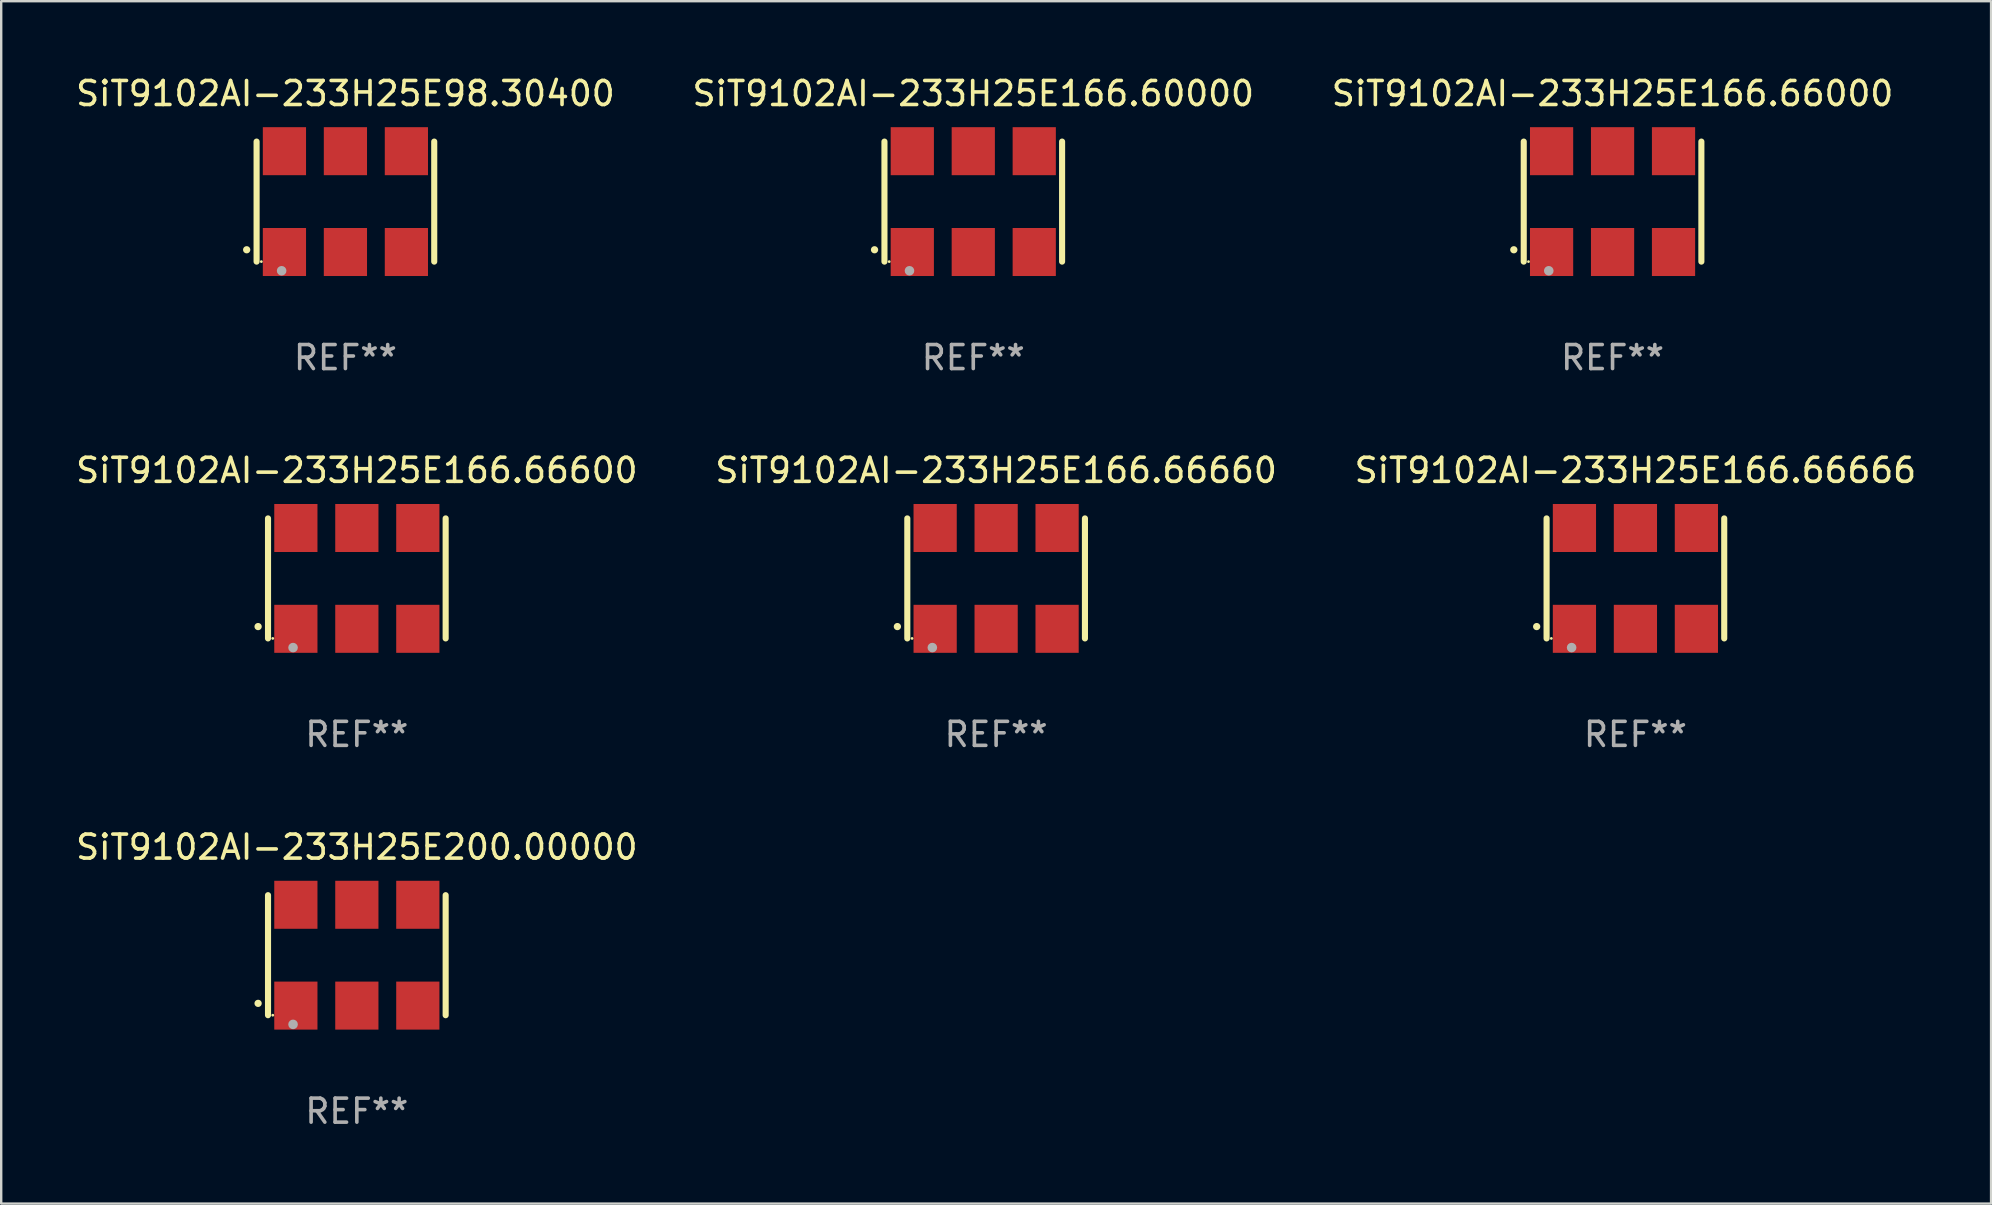
<source format=kicad_pcb>
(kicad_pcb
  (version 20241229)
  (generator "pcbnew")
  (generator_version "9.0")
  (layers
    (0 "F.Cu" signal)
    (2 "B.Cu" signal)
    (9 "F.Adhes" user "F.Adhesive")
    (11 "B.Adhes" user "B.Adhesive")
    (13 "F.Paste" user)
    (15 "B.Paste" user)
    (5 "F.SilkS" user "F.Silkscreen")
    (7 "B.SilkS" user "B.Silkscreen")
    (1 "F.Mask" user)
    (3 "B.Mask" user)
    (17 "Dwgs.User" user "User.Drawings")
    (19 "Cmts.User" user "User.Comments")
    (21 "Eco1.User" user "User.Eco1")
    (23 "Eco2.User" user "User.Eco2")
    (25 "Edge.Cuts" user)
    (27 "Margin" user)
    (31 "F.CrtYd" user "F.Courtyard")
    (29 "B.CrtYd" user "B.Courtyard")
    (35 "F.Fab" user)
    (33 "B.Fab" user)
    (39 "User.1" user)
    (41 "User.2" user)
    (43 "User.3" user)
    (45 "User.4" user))
  (footprint "SiT9102AI-233H25E98.30400"
    (layer "F.Cu")
    (at 11.339 5.348)
    (property "Reference" "SiT9102AI-233H25E98.30400" (at 0 -4.5 0) (layer "F.SilkS") (effects (font (size 1 1) (thickness 0.15))))
    (attr through_hole)
    (fp_line (start -3.7 -2.5) (end -3.7 2.5) (stroke (width 0.254) (type solid)) (layer "F.SilkS"))
    (fp_line (start 3.7 -2.5) (end 3.7 2.5) (stroke (width 0.254) (type solid)) (layer "F.SilkS"))
    (fp_arc (start -4.114415 2.006604) (mid -4.113145 2.006599) (end -4.111875 2.006604) (stroke (width 0.3) (type solid)) (layer "F.SilkS"))
    (fp_circle (center -3.502 2.5) (end -3.472 2.5) (stroke (width 0.06) (type solid)) (fill no) (layer "F.SilkS"))
    (fp_circle (center -2.657 2.882) (end -2.557 2.882) (stroke (width 0.2) (type solid)) (fill no) (layer "F.Fab"))
    (fp_text user "REF**" (at 0 6.5 0) (layer "F.Fab") (effects (font (size 1 1) (thickness 0.15))))
    (pad "1" smd rect (at -2.54 2.1) (size 1.8 2) (layers "F.Cu" "F.Mask" "F.Paste"))
    (pad "2" smd rect (at 0.000394 2.1) (size 1.8 2) (layers "F.Cu" "F.Mask" "F.Paste"))
    (pad "3" smd rect (at 2.54 2.1) (size 1.8 2) (layers "F.Cu" "F.Mask" "F.Paste"))
    (pad "4" smd rect (at 2.54 -2.1) (size 1.8 2) (layers "F.Cu" "F.Mask" "F.Paste"))
    (pad "5" smd rect (at 0.000394 -2.1) (size 1.8 2) (layers "F.Cu" "F.Mask" "F.Paste"))
    (pad "6" smd rect (at -2.54 -2.1) (size 1.8 2) (layers "F.Cu" "F.Mask" "F.Paste")))
  (footprint "SiT9102AI-233H25E166.66000"
    (layer "F.Cu")
    (at 64.125 5.348)
    (property "Reference" "SiT9102AI-233H25E166.66000" (at 0 -4.5 0) (layer "F.SilkS") (effects (font (size 1 1) (thickness 0.15))))
    (attr through_hole)
    (fp_line (start -3.7 -2.5) (end -3.7 2.5) (stroke (width 0.254) (type solid)) (layer "F.SilkS"))
    (fp_line (start 3.7 -2.5) (end 3.7 2.5) (stroke (width 0.254) (type solid)) (layer "F.SilkS"))
    (fp_arc (start -4.114415 2.006604) (mid -4.113145 2.006599) (end -4.111875 2.006604) (stroke (width 0.3) (type solid)) (layer "F.SilkS"))
    (fp_circle (center -3.502 2.5) (end -3.472 2.5) (stroke (width 0.06) (type solid)) (fill no) (layer "F.SilkS"))
    (fp_circle (center -2.657 2.882) (end -2.557 2.882) (stroke (width 0.2) (type solid)) (fill no) (layer "F.Fab"))
    (fp_text user "REF**" (at 0 6.5 0) (layer "F.Fab") (effects (font (size 1 1) (thickness 0.15))))
    (pad "1" smd rect (at -2.54 2.1) (size 1.8 2) (layers "F.Cu" "F.Mask" "F.Paste"))
    (pad "2" smd rect (at 0.000394 2.1) (size 1.8 2) (layers "F.Cu" "F.Mask" "F.Paste"))
    (pad "3" smd rect (at 2.54 2.1) (size 1.8 2) (layers "F.Cu" "F.Mask" "F.Paste"))
    (pad "4" smd rect (at 2.54 -2.1) (size 1.8 2) (layers "F.Cu" "F.Mask" "F.Paste"))
    (pad "5" smd rect (at 0.000394 -2.1) (size 1.8 2) (layers "F.Cu" "F.Mask" "F.Paste"))
    (pad "6" smd rect (at -2.54 -2.1) (size 1.8 2) (layers "F.Cu" "F.Mask" "F.Paste")))
  (footprint "SiT9102AI-233H25E166.66600"
    (layer "F.Cu")
    (at 11.815 21.045)
    (property "Reference" "SiT9102AI-233H25E166.66600" (at 0 -4.5 0) (layer "F.SilkS") (effects (font (size 1 1) (thickness 0.15))))
    (attr through_hole)
    (fp_line (start -3.7 -2.5) (end -3.7 2.5) (stroke (width 0.254) (type solid)) (layer "F.SilkS"))
    (fp_line (start 3.7 -2.5) (end 3.7 2.5) (stroke (width 0.254) (type solid)) (layer "F.SilkS"))
    (fp_arc (start -4.114415 2.006604) (mid -4.113145 2.006599) (end -4.111875 2.006604) (stroke (width 0.3) (type solid)) (layer "F.SilkS"))
    (fp_circle (center -3.502 2.5) (end -3.472 2.5) (stroke (width 0.06) (type solid)) (fill no) (layer "F.SilkS"))
    (fp_circle (center -2.657 2.882) (end -2.557 2.882) (stroke (width 0.2) (type solid)) (fill no) (layer "F.Fab"))
    (fp_text user "REF**" (at 0 6.5 0) (layer "F.Fab") (effects (font (size 1 1) (thickness 0.15))))
    (pad "1" smd rect (at -2.54 2.1) (size 1.8 2) (layers "F.Cu" "F.Mask" "F.Paste"))
    (pad "2" smd rect (at 0.000394 2.1) (size 1.8 2) (layers "F.Cu" "F.Mask" "F.Paste"))
    (pad "3" smd rect (at 2.54 2.1) (size 1.8 2) (layers "F.Cu" "F.Mask" "F.Paste"))
    (pad "4" smd rect (at 2.54 -2.1) (size 1.8 2) (layers "F.Cu" "F.Mask" "F.Paste"))
    (pad "5" smd rect (at 0.000394 -2.1) (size 1.8 2) (layers "F.Cu" "F.Mask" "F.Paste"))
    (pad "6" smd rect (at -2.54 -2.1) (size 1.8 2) (layers "F.Cu" "F.Mask" "F.Paste")))
  (footprint "SiT9102AI-233H25E166.66660"
    (layer "F.Cu")
    (at 38.446 21.045)
    (property "Reference" "SiT9102AI-233H25E166.66660" (at 0 -4.5 0) (layer "F.SilkS") (effects (font (size 1 1) (thickness 0.15))))
    (attr through_hole)
    (fp_line (start -3.7 -2.5) (end -3.7 2.5) (stroke (width 0.254) (type solid)) (layer "F.SilkS"))
    (fp_line (start 3.7 -2.5) (end 3.7 2.5) (stroke (width 0.254) (type solid)) (layer "F.SilkS"))
    (fp_arc (start -4.114415 2.006604) (mid -4.113145 2.006599) (end -4.111875 2.006604) (stroke (width 0.3) (type solid)) (layer "F.SilkS"))
    (fp_circle (center -3.502 2.5) (end -3.472 2.5) (stroke (width 0.06) (type solid)) (fill no) (layer "F.SilkS"))
    (fp_circle (center -2.657 2.882) (end -2.557 2.882) (stroke (width 0.2) (type solid)) (fill no) (layer "F.Fab"))
    (fp_text user "REF**" (at 0 6.5 0) (layer "F.Fab") (effects (font (size 1 1) (thickness 0.15))))
    (pad "1" smd rect (at -2.54 2.1) (size 1.8 2) (layers "F.Cu" "F.Mask" "F.Paste"))
    (pad "2" smd rect (at 0.000394 2.1) (size 1.8 2) (layers "F.Cu" "F.Mask" "F.Paste"))
    (pad "3" smd rect (at 2.54 2.1) (size 1.8 2) (layers "F.Cu" "F.Mask" "F.Paste"))
    (pad "4" smd rect (at 2.54 -2.1) (size 1.8 2) (layers "F.Cu" "F.Mask" "F.Paste"))
    (pad "5" smd rect (at 0.000394 -2.1) (size 1.8 2) (layers "F.Cu" "F.Mask" "F.Paste"))
    (pad "6" smd rect (at -2.54 -2.1) (size 1.8 2) (layers "F.Cu" "F.Mask" "F.Paste")))
  (footprint "SiT9102AI-233H25E200.00000"
    (layer "F.Cu")
    (at 11.815 36.741)
    (property "Reference" "SiT9102AI-233H25E200.00000" (at 0 -4.5 0) (layer "F.SilkS") (effects (font (size 1 1) (thickness 0.15))))
    (attr through_hole)
    (fp_line (start -3.7 -2.5) (end -3.7 2.5) (stroke (width 0.254) (type solid)) (layer "F.SilkS"))
    (fp_line (start 3.7 -2.5) (end 3.7 2.5) (stroke (width 0.254) (type solid)) (layer "F.SilkS"))
    (fp_arc (start -4.114415 2.006604) (mid -4.113145 2.006599) (end -4.111875 2.006604) (stroke (width 0.3) (type solid)) (layer "F.SilkS"))
    (fp_circle (center -3.502 2.5) (end -3.472 2.5) (stroke (width 0.06) (type solid)) (fill no) (layer "F.SilkS"))
    (fp_circle (center -2.657 2.882) (end -2.557 2.882) (stroke (width 0.2) (type solid)) (fill no) (layer "F.Fab"))
    (fp_text user "REF**" (at 0 6.5 0) (layer "F.Fab") (effects (font (size 1 1) (thickness 0.15))))
    (pad "1" smd rect (at -2.54 2.1) (size 1.8 2) (layers "F.Cu" "F.Mask" "F.Paste"))
    (pad "2" smd rect (at 0.000394 2.1) (size 1.8 2) (layers "F.Cu" "F.Mask" "F.Paste"))
    (pad "3" smd rect (at 2.54 2.1) (size 1.8 2) (layers "F.Cu" "F.Mask" "F.Paste"))
    (pad "4" smd rect (at 2.54 -2.1) (size 1.8 2) (layers "F.Cu" "F.Mask" "F.Paste"))
    (pad "5" smd rect (at 0.000394 -2.1) (size 1.8 2) (layers "F.Cu" "F.Mask" "F.Paste"))
    (pad "6" smd rect (at -2.54 -2.1) (size 1.8 2) (layers "F.Cu" "F.Mask" "F.Paste")))
  (footprint "SiT9102AI-233H25E166.60000"
    (layer "F.Cu")
    (at 37.494 5.348)
    (property "Reference" "SiT9102AI-233H25E166.60000" (at 0 -4.5 0) (layer "F.SilkS") (effects (font (size 1 1) (thickness 0.15))))
    (attr through_hole)
    (fp_line (start -3.7 -2.5) (end -3.7 2.5) (stroke (width 0.254) (type solid)) (layer "F.SilkS"))
    (fp_line (start 3.7 -2.5) (end 3.7 2.5) (stroke (width 0.254) (type solid)) (layer "F.SilkS"))
    (fp_arc (start -4.114415 2.006604) (mid -4.113145 2.006599) (end -4.111875 2.006604) (stroke (width 0.3) (type solid)) (layer "F.SilkS"))
    (fp_circle (center -3.502 2.5) (end -3.472 2.5) (stroke (width 0.06) (type solid)) (fill no) (layer "F.SilkS"))
    (fp_circle (center -2.657 2.882) (end -2.557 2.882) (stroke (width 0.2) (type solid)) (fill no) (layer "F.Fab"))
    (fp_text user "REF**" (at 0 6.5 0) (layer "F.Fab") (effects (font (size 1 1) (thickness 0.15))))
    (pad "1" smd rect (at -2.54 2.1) (size 1.8 2) (layers "F.Cu" "F.Mask" "F.Paste"))
    (pad "2" smd rect (at 0.000394 2.1) (size 1.8 2) (layers "F.Cu" "F.Mask" "F.Paste"))
    (pad "3" smd rect (at 2.54 2.1) (size 1.8 2) (layers "F.Cu" "F.Mask" "F.Paste"))
    (pad "4" smd rect (at 2.54 -2.1) (size 1.8 2) (layers "F.Cu" "F.Mask" "F.Paste"))
    (pad "5" smd rect (at 0.000394 -2.1) (size 1.8 2) (layers "F.Cu" "F.Mask" "F.Paste"))
    (pad "6" smd rect (at -2.54 -2.1) (size 1.8 2) (layers "F.Cu" "F.Mask" "F.Paste")))
  (footprint "SiT9102AI-233H25E166.66666"
    (layer "F.Cu")
    (at 65.077 21.045)
    (property "Reference" "SiT9102AI-233H25E166.66666" (at 0 -4.5 0) (layer "F.SilkS") (effects (font (size 1 1) (thickness 0.15))))
    (attr through_hole)
    (fp_line (start -3.7 -2.5) (end -3.7 2.5) (stroke (width 0.254) (type solid)) (layer "F.SilkS"))
    (fp_line (start 3.7 -2.5) (end 3.7 2.5) (stroke (width 0.254) (type solid)) (layer "F.SilkS"))
    (fp_arc (start -4.114415 2.006604) (mid -4.113145 2.006599) (end -4.111875 2.006604) (stroke (width 0.3) (type solid)) (layer "F.SilkS"))
    (fp_circle (center -3.502 2.5) (end -3.472 2.5) (stroke (width 0.06) (type solid)) (fill no) (layer "F.SilkS"))
    (fp_circle (center -2.657 2.882) (end -2.557 2.882) (stroke (width 0.2) (type solid)) (fill no) (layer "F.Fab"))
    (fp_text user "REF**" (at 0 6.5 0) (layer "F.Fab") (effects (font (size 1 1) (thickness 0.15))))
    (pad "1" smd rect (at -2.54 2.1) (size 1.8 2) (layers "F.Cu" "F.Mask" "F.Paste"))
    (pad "2" smd rect (at 0.000394 2.1) (size 1.8 2) (layers "F.Cu" "F.Mask" "F.Paste"))
    (pad "3" smd rect (at 2.54 2.1) (size 1.8 2) (layers "F.Cu" "F.Mask" "F.Paste"))
    (pad "4" smd rect (at 2.54 -2.1) (size 1.8 2) (layers "F.Cu" "F.Mask" "F.Paste"))
    (pad "5" smd rect (at 0.000394 -2.1) (size 1.8 2) (layers "F.Cu" "F.Mask" "F.Paste"))
    (pad "6" smd rect (at -2.54 -2.1) (size 1.8 2) (layers "F.Cu" "F.Mask" "F.Paste")))
  (gr_rect
    (start -3 -3)
    (end 79.893 47.09)
    (stroke (width 0.1) (type default))
    (fill no)
    (layer "Edge.Cuts")))
</source>
